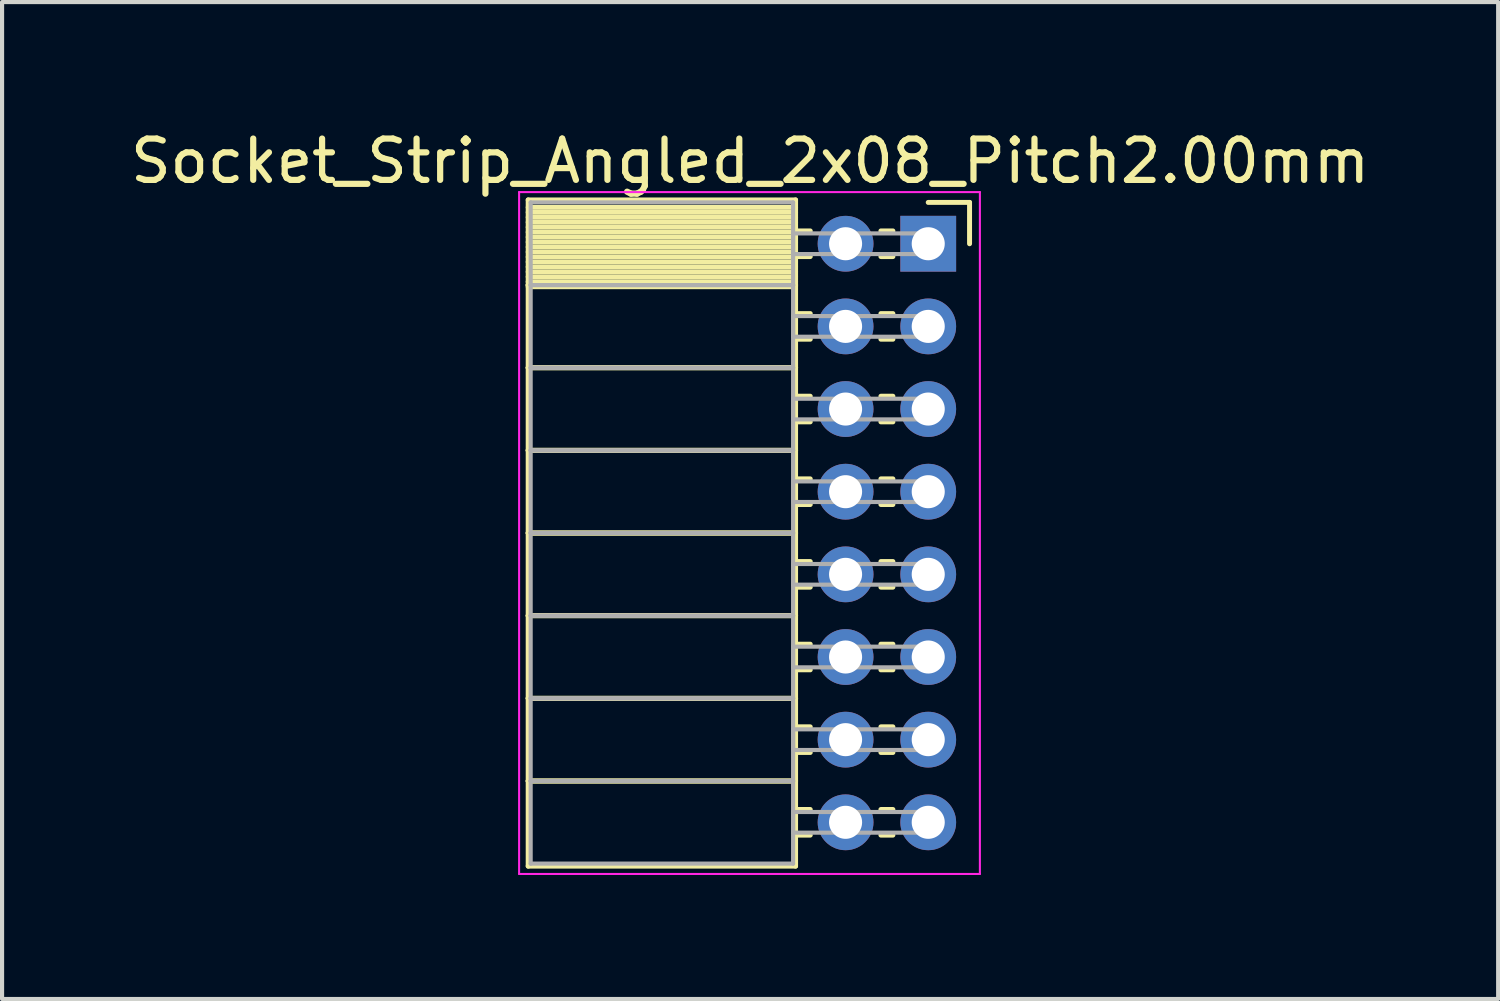
<source format=kicad_pcb>
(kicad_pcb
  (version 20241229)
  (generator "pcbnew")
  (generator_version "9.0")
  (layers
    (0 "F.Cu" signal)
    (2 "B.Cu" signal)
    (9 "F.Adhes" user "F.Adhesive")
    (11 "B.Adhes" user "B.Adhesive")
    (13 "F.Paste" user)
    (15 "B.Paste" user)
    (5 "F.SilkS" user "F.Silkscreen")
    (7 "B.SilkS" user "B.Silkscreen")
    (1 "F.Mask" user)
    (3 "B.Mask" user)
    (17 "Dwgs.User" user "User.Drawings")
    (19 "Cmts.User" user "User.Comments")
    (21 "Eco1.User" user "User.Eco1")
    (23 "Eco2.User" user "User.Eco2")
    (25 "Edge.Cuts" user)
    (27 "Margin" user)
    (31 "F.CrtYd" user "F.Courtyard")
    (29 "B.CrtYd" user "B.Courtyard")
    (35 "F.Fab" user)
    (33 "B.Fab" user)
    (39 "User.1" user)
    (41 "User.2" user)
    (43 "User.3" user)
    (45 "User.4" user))
  (footprint "Socket_Strip_Angled_2x08_Pitch2.00mm"
    (layer "F.Cu")
    (at 19.411 2.848)
    (property "Reference" "Socket_Strip_Angled_2x08_Pitch2.00mm" (at -4.31 -2 0) (layer "F.SilkS") (effects (font (size 1 1) (thickness 0.15))))
    (attr through_hole)
    (fp_line (start -9.68 -1.06) (end -3.21 -1.06) (stroke (width 0.12) (type solid)) (layer "F.SilkS"))
    (fp_line (start -9.68 1) (end -9.68 -1.06) (stroke (width 0.12) (type solid)) (layer "F.SilkS"))
    (fp_line (start -9.68 1) (end -3.21 1) (stroke (width 0.12) (type solid)) (layer "F.SilkS"))
    (fp_line (start -9.68 3) (end -9.68 1) (stroke (width 0.12) (type solid)) (layer "F.SilkS"))
    (fp_line (start -9.68 3) (end -3.21 3) (stroke (width 0.12) (type solid)) (layer "F.SilkS"))
    (fp_line (start -9.68 5) (end -9.68 3) (stroke (width 0.12) (type solid)) (layer "F.SilkS"))
    (fp_line (start -9.68 5) (end -3.21 5) (stroke (width 0.12) (type solid)) (layer "F.SilkS"))
    (fp_line (start -9.68 7) (end -9.68 5) (stroke (width 0.12) (type solid)) (layer "F.SilkS"))
    (fp_line (start -9.68 7) (end -3.21 7) (stroke (width 0.12) (type solid)) (layer "F.SilkS"))
    (fp_line (start -9.68 9) (end -9.68 7) (stroke (width 0.12) (type solid)) (layer "F.SilkS"))
    (fp_line (start -9.68 9) (end -3.21 9) (stroke (width 0.12) (type solid)) (layer "F.SilkS"))
    (fp_line (start -9.68 11) (end -9.68 9) (stroke (width 0.12) (type solid)) (layer "F.SilkS"))
    (fp_line (start -9.68 11) (end -3.21 11) (stroke (width 0.12) (type solid)) (layer "F.SilkS"))
    (fp_line (start -9.68 13) (end -9.68 11) (stroke (width 0.12) (type solid)) (layer "F.SilkS"))
    (fp_line (start -9.68 13) (end -3.21 13) (stroke (width 0.12) (type solid)) (layer "F.SilkS"))
    (fp_line (start -9.68 15.06) (end -9.68 13) (stroke (width 0.12) (type solid)) (layer "F.SilkS"))
    (fp_line (start -3.21 -1.06) (end -3.21 1) (stroke (width 0.12) (type solid)) (layer "F.SilkS"))
    (fp_line (start -3.21 -0.88) (end -9.68 -0.88) (stroke (width 0.12) (type solid)) (layer "F.SilkS"))
    (fp_line (start -3.21 -0.76) (end -9.68 -0.76) (stroke (width 0.12) (type solid)) (layer "F.SilkS"))
    (fp_line (start -3.21 -0.64) (end -9.68 -0.64) (stroke (width 0.12) (type solid)) (layer "F.SilkS"))
    (fp_line (start -3.21 -0.52) (end -9.68 -0.52) (stroke (width 0.12) (type solid)) (layer "F.SilkS"))
    (fp_line (start -3.21 -0.4) (end -9.68 -0.4) (stroke (width 0.12) (type solid)) (layer "F.SilkS"))
    (fp_line (start -3.21 -0.28) (end -9.68 -0.28) (stroke (width 0.12) (type solid)) (layer "F.SilkS"))
    (fp_line (start -3.21 -0.16) (end -9.68 -0.16) (stroke (width 0.12) (type solid)) (layer "F.SilkS"))
    (fp_line (start -3.21 -0.04) (end -9.68 -0.04) (stroke (width 0.12) (type solid)) (layer "F.SilkS"))
    (fp_line (start -3.21 0.08) (end -9.68 0.08) (stroke (width 0.12) (type solid)) (layer "F.SilkS"))
    (fp_line (start -3.21 0.2) (end -9.68 0.2) (stroke (width 0.12) (type solid)) (layer "F.SilkS"))
    (fp_line (start -3.21 0.32) (end -9.68 0.32) (stroke (width 0.12) (type solid)) (layer "F.SilkS"))
    (fp_line (start -3.21 0.44) (end -9.68 0.44) (stroke (width 0.12) (type solid)) (layer "F.SilkS"))
    (fp_line (start -3.21 0.56) (end -9.68 0.56) (stroke (width 0.12) (type solid)) (layer "F.SilkS"))
    (fp_line (start -3.21 0.68) (end -9.68 0.68) (stroke (width 0.12) (type solid)) (layer "F.SilkS"))
    (fp_line (start -3.21 0.8) (end -9.68 0.8) (stroke (width 0.12) (type solid)) (layer "F.SilkS"))
    (fp_line (start -3.21 0.92) (end -9.68 0.92) (stroke (width 0.12) (type solid)) (layer "F.SilkS"))
    (fp_line (start -3.21 1) (end -9.68 1) (stroke (width 0.12) (type solid)) (layer "F.SilkS"))
    (fp_line (start -3.21 1) (end -3.21 3) (stroke (width 0.12) (type solid)) (layer "F.SilkS"))
    (fp_line (start -3.21 1.04) (end -9.68 1.04) (stroke (width 0.12) (type solid)) (layer "F.SilkS"))
    (fp_line (start -3.21 3) (end -9.68 3) (stroke (width 0.12) (type solid)) (layer "F.SilkS"))
    (fp_line (start -3.21 3) (end -3.21 5) (stroke (width 0.12) (type solid)) (layer "F.SilkS"))
    (fp_line (start -3.21 5) (end -9.68 5) (stroke (width 0.12) (type solid)) (layer "F.SilkS"))
    (fp_line (start -3.21 5) (end -3.21 7) (stroke (width 0.12) (type solid)) (layer "F.SilkS"))
    (fp_line (start -3.21 7) (end -9.68 7) (stroke (width 0.12) (type solid)) (layer "F.SilkS"))
    (fp_line (start -3.21 7) (end -3.21 9) (stroke (width 0.12) (type solid)) (layer "F.SilkS"))
    (fp_line (start -3.21 9) (end -9.68 9) (stroke (width 0.12) (type solid)) (layer "F.SilkS"))
    (fp_line (start -3.21 9) (end -3.21 11) (stroke (width 0.12) (type solid)) (layer "F.SilkS"))
    (fp_line (start -3.21 11) (end -9.68 11) (stroke (width 0.12) (type solid)) (layer "F.SilkS"))
    (fp_line (start -3.21 11) (end -3.21 13) (stroke (width 0.12) (type solid)) (layer "F.SilkS"))
    (fp_line (start -3.21 13) (end -9.68 13) (stroke (width 0.12) (type solid)) (layer "F.SilkS"))
    (fp_line (start -3.21 13) (end -3.21 15.06) (stroke (width 0.12) (type solid)) (layer "F.SilkS"))
    (fp_line (start -3.21 15.06) (end -9.68 15.06) (stroke (width 0.12) (type solid)) (layer "F.SilkS"))
    (fp_line (start -2.855 -0.31) (end -3.21 -0.31) (stroke (width 0.12) (type solid)) (layer "F.SilkS"))
    (fp_line (start -2.855 0.31) (end -3.21 0.31) (stroke (width 0.12) (type solid)) (layer "F.SilkS"))
    (fp_line (start -2.855 1.69) (end -3.21 1.69) (stroke (width 0.12) (type solid)) (layer "F.SilkS"))
    (fp_line (start -2.855 2.31) (end -3.21 2.31) (stroke (width 0.12) (type solid)) (layer "F.SilkS"))
    (fp_line (start -2.855 3.69) (end -3.21 3.69) (stroke (width 0.12) (type solid)) (layer "F.SilkS"))
    (fp_line (start -2.855 4.31) (end -3.21 4.31) (stroke (width 0.12) (type solid)) (layer "F.SilkS"))
    (fp_line (start -2.855 5.69) (end -3.21 5.69) (stroke (width 0.12) (type solid)) (layer "F.SilkS"))
    (fp_line (start -2.855 6.31) (end -3.21 6.31) (stroke (width 0.12) (type solid)) (layer "F.SilkS"))
    (fp_line (start -2.855 7.69) (end -3.21 7.69) (stroke (width 0.12) (type solid)) (layer "F.SilkS"))
    (fp_line (start -2.855 8.31) (end -3.21 8.31) (stroke (width 0.12) (type solid)) (layer "F.SilkS"))
    (fp_line (start -2.855 9.69) (end -3.21 9.69) (stroke (width 0.12) (type solid)) (layer "F.SilkS"))
    (fp_line (start -2.855 10.31) (end -3.21 10.31) (stroke (width 0.12) (type solid)) (layer "F.SilkS"))
    (fp_line (start -2.855 11.69) (end -3.21 11.69) (stroke (width 0.12) (type solid)) (layer "F.SilkS"))
    (fp_line (start -2.855 12.31) (end -3.21 12.31) (stroke (width 0.12) (type solid)) (layer "F.SilkS"))
    (fp_line (start -2.855 13.69) (end -3.21 13.69) (stroke (width 0.12) (type solid)) (layer "F.SilkS"))
    (fp_line (start -2.855 14.31) (end -3.21 14.31) (stroke (width 0.12) (type solid)) (layer "F.SilkS"))
    (fp_line (start -0.855 -0.31) (end -1.145 -0.31) (stroke (width 0.12) (type solid)) (layer "F.SilkS"))
    (fp_line (start -0.855 0.31) (end -1.145 0.31) (stroke (width 0.12) (type solid)) (layer "F.SilkS"))
    (fp_line (start -0.855 1.69) (end -1.145 1.69) (stroke (width 0.12) (type solid)) (layer "F.SilkS"))
    (fp_line (start -0.855 2.31) (end -1.145 2.31) (stroke (width 0.12) (type solid)) (layer "F.SilkS"))
    (fp_line (start -0.855 3.69) (end -1.145 3.69) (stroke (width 0.12) (type solid)) (layer "F.SilkS"))
    (fp_line (start -0.855 4.31) (end -1.145 4.31) (stroke (width 0.12) (type solid)) (layer "F.SilkS"))
    (fp_line (start -0.855 5.69) (end -1.145 5.69) (stroke (width 0.12) (type solid)) (layer "F.SilkS"))
    (fp_line (start -0.855 6.31) (end -1.145 6.31) (stroke (width 0.12) (type solid)) (layer "F.SilkS"))
    (fp_line (start -0.855 7.69) (end -1.145 7.69) (stroke (width 0.12) (type solid)) (layer "F.SilkS"))
    (fp_line (start -0.855 8.31) (end -1.145 8.31) (stroke (width 0.12) (type solid)) (layer "F.SilkS"))
    (fp_line (start -0.855 9.69) (end -1.145 9.69) (stroke (width 0.12) (type solid)) (layer "F.SilkS"))
    (fp_line (start -0.855 10.31) (end -1.145 10.31) (stroke (width 0.12) (type solid)) (layer "F.SilkS"))
    (fp_line (start -0.855 11.69) (end -1.145 11.69) (stroke (width 0.12) (type solid)) (layer "F.SilkS"))
    (fp_line (start -0.855 12.31) (end -1.145 12.31) (stroke (width 0.12) (type solid)) (layer "F.SilkS"))
    (fp_line (start -0.855 13.69) (end -1.145 13.69) (stroke (width 0.12) (type solid)) (layer "F.SilkS"))
    (fp_line (start -0.855 14.31) (end -1.145 14.31) (stroke (width 0.12) (type solid)) (layer "F.SilkS"))
    (fp_line (start 0 -1) (end 1 -1) (stroke (width 0.12) (type solid)) (layer "F.SilkS"))
    (fp_line (start 1 -1) (end 1 0) (stroke (width 0.12) (type solid)) (layer "F.SilkS"))
    (fp_line (start -9.9 -1.25) (end 1.25 -1.25) (stroke (width 0.05) (type solid)) (layer "F.CrtYd"))
    (fp_line (start -9.9 15.25) (end -9.9 -1.25) (stroke (width 0.05) (type solid)) (layer "F.CrtYd"))
    (fp_line (start 1.25 -1.25) (end 1.25 15.25) (stroke (width 0.05) (type solid)) (layer "F.CrtYd"))
    (fp_line (start 1.25 15.25) (end -9.9 15.25) (stroke (width 0.05) (type solid)) (layer "F.CrtYd"))
    (fp_line (start -9.62 -1) (end -3.27 -1) (stroke (width 0.1) (type solid)) (layer "F.Fab"))
    (fp_line (start -9.62 1) (end -9.62 -1) (stroke (width 0.1) (type solid)) (layer "F.Fab"))
    (fp_line (start -9.62 1) (end -3.27 1) (stroke (width 0.1) (type solid)) (layer "F.Fab"))
    (fp_line (start -9.62 3) (end -9.62 1) (stroke (width 0.1) (type solid)) (layer "F.Fab"))
    (fp_line (start -9.62 3) (end -3.27 3) (stroke (width 0.1) (type solid)) (layer "F.Fab"))
    (fp_line (start -9.62 5) (end -9.62 3) (stroke (width 0.1) (type solid)) (layer "F.Fab"))
    (fp_line (start -9.62 5) (end -3.27 5) (stroke (width 0.1) (type solid)) (layer "F.Fab"))
    (fp_line (start -9.62 7) (end -9.62 5) (stroke (width 0.1) (type solid)) (layer "F.Fab"))
    (fp_line (start -9.62 7) (end -3.27 7) (stroke (width 0.1) (type solid)) (layer "F.Fab"))
    (fp_line (start -9.62 9) (end -9.62 7) (stroke (width 0.1) (type solid)) (layer "F.Fab"))
    (fp_line (start -9.62 9) (end -3.27 9) (stroke (width 0.1) (type solid)) (layer "F.Fab"))
    (fp_line (start -9.62 11) (end -9.62 9) (stroke (width 0.1) (type solid)) (layer "F.Fab"))
    (fp_line (start -9.62 11) (end -3.27 11) (stroke (width 0.1) (type solid)) (layer "F.Fab"))
    (fp_line (start -9.62 13) (end -9.62 11) (stroke (width 0.1) (type solid)) (layer "F.Fab"))
    (fp_line (start -9.62 13) (end -3.27 13) (stroke (width 0.1) (type solid)) (layer "F.Fab"))
    (fp_line (start -9.62 15) (end -9.62 13) (stroke (width 0.1) (type solid)) (layer "F.Fab"))
    (fp_line (start -3.27 -1) (end -3.27 1) (stroke (width 0.1) (type solid)) (layer "F.Fab"))
    (fp_line (start -3.27 -0.25) (end 0 -0.25) (stroke (width 0.1) (type solid)) (layer "F.Fab"))
    (fp_line (start -3.27 0.25) (end -3.27 -0.25) (stroke (width 0.1) (type solid)) (layer "F.Fab"))
    (fp_line (start -3.27 1) (end -9.62 1) (stroke (width 0.1) (type solid)) (layer "F.Fab"))
    (fp_line (start -3.27 1) (end -3.27 3) (stroke (width 0.1) (type solid)) (layer "F.Fab"))
    (fp_line (start -3.27 1.75) (end 0 1.75) (stroke (width 0.1) (type solid)) (layer "F.Fab"))
    (fp_line (start -3.27 2.25) (end -3.27 1.75) (stroke (width 0.1) (type solid)) (layer "F.Fab"))
    (fp_line (start -3.27 3) (end -9.62 3) (stroke (width 0.1) (type solid)) (layer "F.Fab"))
    (fp_line (start -3.27 3) (end -3.27 5) (stroke (width 0.1) (type solid)) (layer "F.Fab"))
    (fp_line (start -3.27 3.75) (end 0 3.75) (stroke (width 0.1) (type solid)) (layer "F.Fab"))
    (fp_line (start -3.27 4.25) (end -3.27 3.75) (stroke (width 0.1) (type solid)) (layer "F.Fab"))
    (fp_line (start -3.27 5) (end -9.62 5) (stroke (width 0.1) (type solid)) (layer "F.Fab"))
    (fp_line (start -3.27 5) (end -3.27 7) (stroke (width 0.1) (type solid)) (layer "F.Fab"))
    (fp_line (start -3.27 5.75) (end 0 5.75) (stroke (width 0.1) (type solid)) (layer "F.Fab"))
    (fp_line (start -3.27 6.25) (end -3.27 5.75) (stroke (width 0.1) (type solid)) (layer "F.Fab"))
    (fp_line (start -3.27 7) (end -9.62 7) (stroke (width 0.1) (type solid)) (layer "F.Fab"))
    (fp_line (start -3.27 7) (end -3.27 9) (stroke (width 0.1) (type solid)) (layer "F.Fab"))
    (fp_line (start -3.27 7.75) (end 0 7.75) (stroke (width 0.1) (type solid)) (layer "F.Fab"))
    (fp_line (start -3.27 8.25) (end -3.27 7.75) (stroke (width 0.1) (type solid)) (layer "F.Fab"))
    (fp_line (start -3.27 9) (end -9.62 9) (stroke (width 0.1) (type solid)) (layer "F.Fab"))
    (fp_line (start -3.27 9) (end -3.27 11) (stroke (width 0.1) (type solid)) (layer "F.Fab"))
    (fp_line (start -3.27 9.75) (end 0 9.75) (stroke (width 0.1) (type solid)) (layer "F.Fab"))
    (fp_line (start -3.27 10.25) (end -3.27 9.75) (stroke (width 0.1) (type solid)) (layer "F.Fab"))
    (fp_line (start -3.27 11) (end -9.62 11) (stroke (width 0.1) (type solid)) (layer "F.Fab"))
    (fp_line (start -3.27 11) (end -3.27 13) (stroke (width 0.1) (type solid)) (layer "F.Fab"))
    (fp_line (start -3.27 11.75) (end 0 11.75) (stroke (width 0.1) (type solid)) (layer "F.Fab"))
    (fp_line (start -3.27 12.25) (end -3.27 11.75) (stroke (width 0.1) (type solid)) (layer "F.Fab"))
    (fp_line (start -3.27 13) (end -9.62 13) (stroke (width 0.1) (type solid)) (layer "F.Fab"))
    (fp_line (start -3.27 13) (end -3.27 15) (stroke (width 0.1) (type solid)) (layer "F.Fab"))
    (fp_line (start -3.27 13.75) (end 0 13.75) (stroke (width 0.1) (type solid)) (layer "F.Fab"))
    (fp_line (start -3.27 14.25) (end -3.27 13.75) (stroke (width 0.1) (type solid)) (layer "F.Fab"))
    (fp_line (start -3.27 15) (end -9.62 15) (stroke (width 0.1) (type solid)) (layer "F.Fab"))
    (fp_line (start 0 -0.25) (end 0 0.25) (stroke (width 0.1) (type solid)) (layer "F.Fab"))
    (fp_line (start 0 0.25) (end -3.27 0.25) (stroke (width 0.1) (type solid)) (layer "F.Fab"))
    (fp_line (start 0 1.75) (end 0 2.25) (stroke (width 0.1) (type solid)) (layer "F.Fab"))
    (fp_line (start 0 2.25) (end -3.27 2.25) (stroke (width 0.1) (type solid)) (layer "F.Fab"))
    (fp_line (start 0 3.75) (end 0 4.25) (stroke (width 0.1) (type solid)) (layer "F.Fab"))
    (fp_line (start 0 4.25) (end -3.27 4.25) (stroke (width 0.1) (type solid)) (layer "F.Fab"))
    (fp_line (start 0 5.75) (end 0 6.25) (stroke (width 0.1) (type solid)) (layer "F.Fab"))
    (fp_line (start 0 6.25) (end -3.27 6.25) (stroke (width 0.1) (type solid)) (layer "F.Fab"))
    (fp_line (start 0 7.75) (end 0 8.25) (stroke (width 0.1) (type solid)) (layer "F.Fab"))
    (fp_line (start 0 8.25) (end -3.27 8.25) (stroke (width 0.1) (type solid)) (layer "F.Fab"))
    (fp_line (start 0 9.75) (end 0 10.25) (stroke (width 0.1) (type solid)) (layer "F.Fab"))
    (fp_line (start 0 10.25) (end -3.27 10.25) (stroke (width 0.1) (type solid)) (layer "F.Fab"))
    (fp_line (start 0 11.75) (end 0 12.25) (stroke (width 0.1) (type solid)) (layer "F.Fab"))
    (fp_line (start 0 12.25) (end -3.27 12.25) (stroke (width 0.1) (type solid)) (layer "F.Fab"))
    (fp_line (start 0 13.75) (end 0 14.25) (stroke (width 0.1) (type solid)) (layer "F.Fab"))
    (fp_line (start 0 14.25) (end -3.27 14.25) (stroke (width 0.1) (type solid)) (layer "F.Fab"))
    (pad "1" thru_hole rect (at 0 0) (size 1.35 1.35) (drill 0.8) (layers "*.Cu" "*.Mask"))
    (pad "2" thru_hole oval (at -2 0) (size 1.35 1.35) (drill 0.8) (layers "*.Cu" "*.Mask"))
    (pad "3" thru_hole oval (at 0 2) (size 1.35 1.35) (drill 0.8) (layers "*.Cu" "*.Mask"))
    (pad "4" thru_hole oval (at -2 2) (size 1.35 1.35) (drill 0.8) (layers "*.Cu" "*.Mask"))
    (pad "5" thru_hole oval (at 0 4) (size 1.35 1.35) (drill 0.8) (layers "*.Cu" "*.Mask"))
    (pad "6" thru_hole oval (at -2 4) (size 1.35 1.35) (drill 0.8) (layers "*.Cu" "*.Mask"))
    (pad "7" thru_hole oval (at 0 6) (size 1.35 1.35) (drill 0.8) (layers "*.Cu" "*.Mask"))
    (pad "8" thru_hole oval (at -2 6) (size 1.35 1.35) (drill 0.8) (layers "*.Cu" "*.Mask"))
    (pad "9" thru_hole oval (at 0 8) (size 1.35 1.35) (drill 0.8) (layers "*.Cu" "*.Mask"))
    (pad "10" thru_hole oval (at -2 8) (size 1.35 1.35) (drill 0.8) (layers "*.Cu" "*.Mask"))
    (pad "11" thru_hole oval (at 0 10) (size 1.35 1.35) (drill 0.8) (layers "*.Cu" "*.Mask"))
    (pad "12" thru_hole oval (at -2 10) (size 1.35 1.35) (drill 0.8) (layers "*.Cu" "*.Mask"))
    (pad "13" thru_hole oval (at 0 12) (size 1.35 1.35) (drill 0.8) (layers "*.Cu" "*.Mask"))
    (pad "14" thru_hole oval (at -2 12) (size 1.35 1.35) (drill 0.8) (layers "*.Cu" "*.Mask"))
    (pad "15" thru_hole oval (at 0 14) (size 1.35 1.35) (drill 0.8) (layers "*.Cu" "*.Mask"))
    (pad "16" thru_hole oval (at -2 14) (size 1.35 1.35) (drill 0.8) (layers "*.Cu" "*.Mask")))
  (gr_rect
    (start -3 -3)
    (end 33.202 21.123)
    (stroke (width 0.1) (type default))
    (fill no)
    (layer "Edge.Cuts")))
</source>
